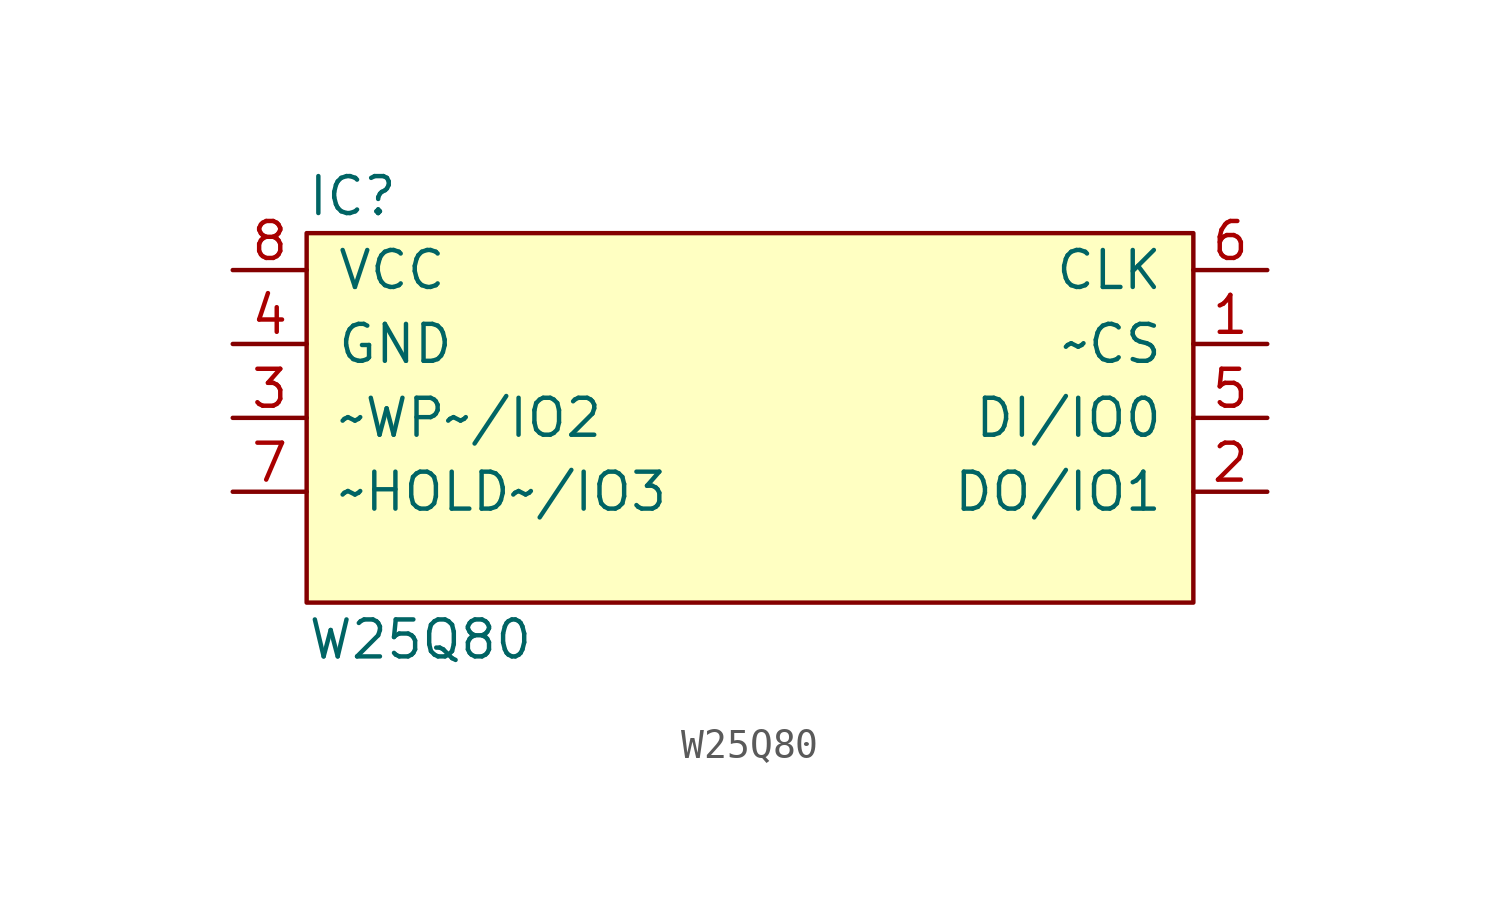
<source format=kicad_sym>
(kicad_symbol_lib
  (version 20211014)
  (generator agg_kicad.build_lib_ic)
  (symbol "W25Q80"
    (pin_names
      (offset 1.016))
    (property Reference IC
      (at -15.24 7.62 0)
      (effects (font (size 1.27 1.27)) (justify left)))
    (property Value "W25Q80"
      (at -15.24 -7.62 0)
      (effects (font (size 1.27 1.27)) (justify left)))
    (symbol "W25Q80_0_0"
      (rectangle (start -15.24 6.35) (end 15.24 -6.35) (stroke (width 0) (type default) (color 0 0 0 0)) (fill (type background)))
      (pin power_in line (at -17.78 5.08 0) (length 2.54) (name VCC (effects (font (size 1.27 1.27)))) (number "8" (effects (font (size 1.27 1.27)))))
      (pin power_in line (at -17.78 2.54 0) (length 2.54) (name GND (effects (font (size 1.27 1.27)))) (number "4" (effects (font (size 1.27 1.27)))))
      (pin bidirectional line (at -17.78 0 0) (length 2.54) (name "~WP~/IO2" (effects (font (size 1.27 1.27)))) (number "3" (effects (font (size 1.27 1.27)))))
      (pin bidirectional line (at -17.78 -2.54 0) (length 2.54) (name "~HOLD~/IO3" (effects (font (size 1.27 1.27)))) (number "7" (effects (font (size 1.27 1.27)))))
      (pin input line (at 17.78 5.08 180) (length 2.54) (name CLK (effects (font (size 1.27 1.27)))) (number "6" (effects (font (size 1.27 1.27)))))
      (pin input line (at 17.78 2.54 180) (length 2.54) (name "~CS" (effects (font (size 1.27 1.27)))) (number "1" (effects (font (size 1.27 1.27)))))
      (pin bidirectional line (at 17.78 0 180) (length 2.54) (name "DI/IO0" (effects (font (size 1.27 1.27)))) (number "5" (effects (font (size 1.27 1.27)))))
      (pin bidirectional line (at 17.78 -2.54 180) (length 2.54) (name "DO/IO1" (effects (font (size 1.27 1.27)))) (number "2" (effects (font (size 1.27 1.27))))))))
</source>
